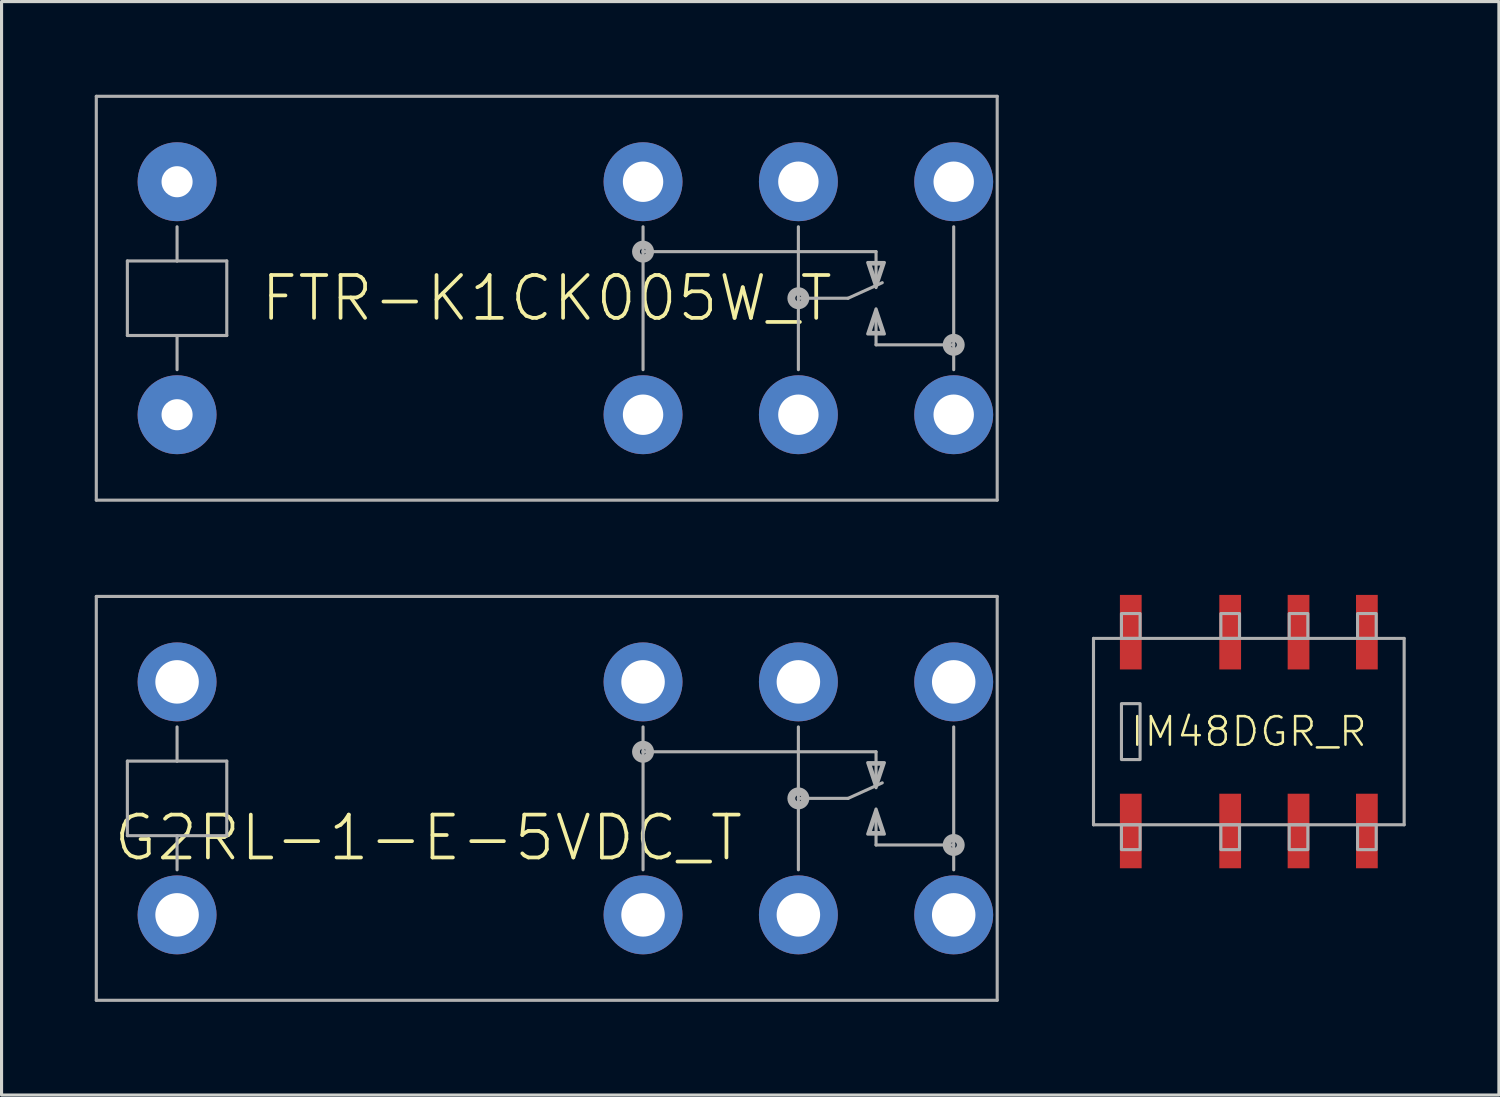
<source format=kicad_pcb>
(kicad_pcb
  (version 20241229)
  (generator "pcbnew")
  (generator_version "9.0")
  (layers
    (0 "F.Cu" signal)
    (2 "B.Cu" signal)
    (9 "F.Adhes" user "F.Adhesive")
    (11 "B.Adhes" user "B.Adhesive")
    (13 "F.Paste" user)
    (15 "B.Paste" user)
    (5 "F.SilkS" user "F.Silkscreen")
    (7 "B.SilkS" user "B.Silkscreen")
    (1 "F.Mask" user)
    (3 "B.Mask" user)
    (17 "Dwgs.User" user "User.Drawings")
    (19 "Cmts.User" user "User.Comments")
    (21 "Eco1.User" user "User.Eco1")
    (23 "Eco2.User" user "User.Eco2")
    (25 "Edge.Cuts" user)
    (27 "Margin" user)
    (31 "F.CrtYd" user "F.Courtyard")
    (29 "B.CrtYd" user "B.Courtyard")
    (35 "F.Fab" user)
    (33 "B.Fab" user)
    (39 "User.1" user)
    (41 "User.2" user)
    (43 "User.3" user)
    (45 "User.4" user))
  (footprint "G2RL-1-E-5VDC_T"
    (layer "F.Cu")
    (at 14.55 22.65)
    (property "Reference" "G2RL-1-E-5VDC_T" (at -3.81 1.27 0) (unlocked yes) (layer "F.SilkS") (effects (font (size 1.38 1.38) (thickness 0.12))))
    (fp_line (start -14.5 -6.5) (end 14.5 -6.5) (stroke (width 0.1) (type solid)) (layer "F.Fab"))
    (fp_line (start -14.5 6.5) (end -14.5 -6.5) (stroke (width 0.1) (type solid)) (layer "F.Fab"))
    (fp_line (start -13.5 -1.2) (end -13.5 1.2) (stroke (width 0.1) (type solid)) (layer "F.Fab"))
    (fp_line (start -13.5 1.2) (end -10.3 1.2) (stroke (width 0.1) (type solid)) (layer "F.Fab"))
    (fp_line (start -11.9 -2.3) (end -11.9 -1.2) (stroke (width 0.1) (type solid)) (layer "F.Fab"))
    (fp_line (start -11.9 -1.2) (end -13.5 -1.2) (stroke (width 0.1) (type solid)) (layer "F.Fab"))
    (fp_line (start -11.9 2.3) (end -11.9 1.2) (stroke (width 0.1) (type solid)) (layer "F.Fab"))
    (fp_line (start -10.3 -1.2) (end -11.9 -1.2) (stroke (width 0.1) (type solid)) (layer "F.Fab"))
    (fp_line (start -10.3 1.2) (end -10.3 -1.2) (stroke (width 0.1) (type solid)) (layer "F.Fab"))
    (fp_line (start 3.1 -2.3) (end 3.1 -1.5) (stroke (width 0.1) (type solid)) (layer "F.Fab"))
    (fp_line (start 3.1 -1.5) (end 3.1 2.3) (stroke (width 0.1) (type solid)) (layer "F.Fab"))
    (fp_line (start 3.1 -1.5) (end 10.6 -1.5) (stroke (width 0.1) (type solid)) (layer "F.Fab"))
    (fp_line (start 8.1 -2.3) (end 8.1 0) (stroke (width 0.1) (type solid)) (layer "F.Fab"))
    (fp_line (start 8.1 0) (end 8.1 2.3) (stroke (width 0.1) (type solid)) (layer "F.Fab"))
    (fp_line (start 8.1 0) (end 9.7 0) (stroke (width 0.1) (type solid)) (layer "F.Fab"))
    (fp_line (start 9.7 0) (end 10.8 -0.5) (stroke (width 0.1) (type solid)) (layer "F.Fab"))
    (fp_line (start 10.4 -1.1) (end 10.8 -1.1) (stroke (width 0.1) (type solid)) (layer "F.Fab"))
    (fp_line (start 10.4 1.1) (end 10.8 1.1) (stroke (width 0.1) (type solid)) (layer "F.Fab"))
    (fp_line (start 10.6 -1.5) (end 10.6 -0.5) (stroke (width 0.1) (type solid)) (layer "F.Fab"))
    (fp_line (start 10.6 -0.5) (end 10.4 -1.1) (stroke (width 0.1) (type solid)) (layer "F.Fab"))
    (fp_line (start 10.6 0.5) (end 10.4 1.1) (stroke (width 0.1) (type solid)) (layer "F.Fab"))
    (fp_line (start 10.6 1.5) (end 10.6 0.5) (stroke (width 0.1) (type solid)) (layer "F.Fab"))
    (fp_line (start 10.8 -1.1) (end 10.6 -0.5) (stroke (width 0.1) (type solid)) (layer "F.Fab"))
    (fp_line (start 10.8 1.1) (end 10.6 0.5) (stroke (width 0.1) (type solid)) (layer "F.Fab"))
    (fp_line (start 13.1 -2.3) (end 13.1 1.5) (stroke (width 0.1) (type solid)) (layer "F.Fab"))
    (fp_line (start 13.1 1.5) (end 10.6 1.5) (stroke (width 0.1) (type solid)) (layer "F.Fab"))
    (fp_line (start 13.1 1.5) (end 13.1 2.3) (stroke (width 0.1) (type solid)) (layer "F.Fab"))
    (fp_line (start 14.5 -6.5) (end 14.5 6.5) (stroke (width 0.1) (type solid)) (layer "F.Fab"))
    (fp_line (start 14.5 6.5) (end -14.5 6.5) (stroke (width 0.1) (type solid)) (layer "F.Fab"))
    (fp_circle (center 3.1 -1.5) (end 3.2 -1.5) (stroke (width 0.254) (type solid)) (fill no) (layer "F.Fab"))
    (fp_circle (center 8.1 0) (end 8.2 0) (stroke (width 0.254) (type solid)) (fill no) (layer "F.Fab"))
    (fp_circle (center 13.1 1.5) (end 13.2 1.5) (stroke (width 0.254) (type solid)) (fill no) (layer "F.Fab"))
    (fp_poly (pts (xy 10.6 -0.342) (xy 10.331 -1.15) (xy 10.869 -1.15)) (stroke (width 0.1) (type default)) (fill no) (layer "F.Fab"))
    (fp_poly (pts (xy 10.869 1.15) (xy 10.331 1.15) (xy 10.6 0.342)) (stroke (width 0.1) (type default)) (fill no) (layer "F.Fab"))
    (pad "1" thru_hole circle (at -11.9 -3.75) (size 2.54 2.54) (drill 1.4) (layers "*.Cu" "*.Mask"))
    (pad "2" thru_hole circle (at -11.9 3.75) (size 2.54 2.54) (drill 1.4) (layers "*.Cu" "*.Mask"))
    (pad "C1" thru_hole circle (at 8.1 -3.75) (size 2.54 2.54) (drill 1.4) (layers "*.Cu" "*.Mask"))
    (pad "C2" thru_hole circle (at 8.1 3.75) (size 2.54 2.54) (drill 1.4) (layers "*.Cu" "*.Mask"))
    (pad "NC1" thru_hole circle (at 3.1 -3.75) (size 2.54 2.54) (drill 1.4) (layers "*.Cu" "*.Mask"))
    (pad "NC2" thru_hole circle (at 3.1 3.75) (size 2.54 2.54) (drill 1.4) (layers "*.Cu" "*.Mask"))
    (pad "NO1" thru_hole circle (at 13.1 -3.75) (size 2.54 2.54) (drill 1.4) (layers "*.Cu" "*.Mask"))
    (pad "NO2" thru_hole circle (at 13.1 3.75) (size 2.54 2.54) (drill 1.4) (layers "*.Cu" "*.Mask")))
  (footprint "FTR-K1CK005W_T"
    (layer "F.Cu")
    (at 14.55 6.55)
    (property "Reference" "FTR-K1CK005W_T" (at 0 0 0) (unlocked yes) (layer "F.SilkS") (effects (font (size 1.38 1.38) (thickness 0.12))))
    (fp_line (start -14.5 -6.5) (end 14.5 -6.5) (stroke (width 0.1) (type solid)) (layer "F.Fab"))
    (fp_line (start -14.5 6.5) (end -14.5 -6.5) (stroke (width 0.1) (type solid)) (layer "F.Fab"))
    (fp_line (start -13.5 -1.2) (end -13.5 1.2) (stroke (width 0.1) (type solid)) (layer "F.Fab"))
    (fp_line (start -13.5 1.2) (end -10.3 1.2) (stroke (width 0.1) (type solid)) (layer "F.Fab"))
    (fp_line (start -11.9 -2.3) (end -11.9 -1.2) (stroke (width 0.1) (type solid)) (layer "F.Fab"))
    (fp_line (start -11.9 -1.2) (end -13.5 -1.2) (stroke (width 0.1) (type solid)) (layer "F.Fab"))
    (fp_line (start -11.9 2.3) (end -11.9 1.2) (stroke (width 0.1) (type solid)) (layer "F.Fab"))
    (fp_line (start -10.3 -1.2) (end -11.9 -1.2) (stroke (width 0.1) (type solid)) (layer "F.Fab"))
    (fp_line (start -10.3 1.2) (end -10.3 -1.2) (stroke (width 0.1) (type solid)) (layer "F.Fab"))
    (fp_line (start 3.1 -2.3) (end 3.1 -1.5) (stroke (width 0.1) (type solid)) (layer "F.Fab"))
    (fp_line (start 3.1 -1.5) (end 3.1 2.3) (stroke (width 0.1) (type solid)) (layer "F.Fab"))
    (fp_line (start 3.1 -1.5) (end 10.6 -1.5) (stroke (width 0.1) (type solid)) (layer "F.Fab"))
    (fp_line (start 8.1 -2.3) (end 8.1 0) (stroke (width 0.1) (type solid)) (layer "F.Fab"))
    (fp_line (start 8.1 0) (end 8.1 2.3) (stroke (width 0.1) (type solid)) (layer "F.Fab"))
    (fp_line (start 8.1 0) (end 9.7 0) (stroke (width 0.1) (type solid)) (layer "F.Fab"))
    (fp_line (start 9.7 0) (end 10.8 -0.5) (stroke (width 0.1) (type solid)) (layer "F.Fab"))
    (fp_line (start 10.4 -1.1) (end 10.8 -1.1) (stroke (width 0.1) (type solid)) (layer "F.Fab"))
    (fp_line (start 10.4 1.1) (end 10.8 1.1) (stroke (width 0.1) (type solid)) (layer "F.Fab"))
    (fp_line (start 10.6 -1.5) (end 10.6 -0.5) (stroke (width 0.1) (type solid)) (layer "F.Fab"))
    (fp_line (start 10.6 -0.5) (end 10.4 -1.1) (stroke (width 0.1) (type solid)) (layer "F.Fab"))
    (fp_line (start 10.6 0.5) (end 10.4 1.1) (stroke (width 0.1) (type solid)) (layer "F.Fab"))
    (fp_line (start 10.6 1.5) (end 10.6 0.5) (stroke (width 0.1) (type solid)) (layer "F.Fab"))
    (fp_line (start 10.8 -1.1) (end 10.6 -0.5) (stroke (width 0.1) (type solid)) (layer "F.Fab"))
    (fp_line (start 10.8 1.1) (end 10.6 0.5) (stroke (width 0.1) (type solid)) (layer "F.Fab"))
    (fp_line (start 13.1 -2.3) (end 13.1 1.5) (stroke (width 0.1) (type solid)) (layer "F.Fab"))
    (fp_line (start 13.1 1.5) (end 10.6 1.5) (stroke (width 0.1) (type solid)) (layer "F.Fab"))
    (fp_line (start 13.1 1.5) (end 13.1 2.3) (stroke (width 0.1) (type solid)) (layer "F.Fab"))
    (fp_line (start 14.5 -6.5) (end 14.5 6.5) (stroke (width 0.1) (type solid)) (layer "F.Fab"))
    (fp_line (start 14.5 6.5) (end -14.5 6.5) (stroke (width 0.1) (type solid)) (layer "F.Fab"))
    (fp_circle (center 3.1 -1.5) (end 3.2 -1.5) (stroke (width 0.254) (type solid)) (fill no) (layer "F.Fab"))
    (fp_circle (center 8.1 0) (end 8.2 0) (stroke (width 0.254) (type solid)) (fill no) (layer "F.Fab"))
    (fp_circle (center 13.1 1.5) (end 13.2 1.5) (stroke (width 0.254) (type solid)) (fill no) (layer "F.Fab"))
    (fp_poly (pts (xy 10.6 -0.342) (xy 10.331 -1.15) (xy 10.869 -1.15)) (stroke (width 0.1) (type default)) (fill no) (layer "F.Fab"))
    (fp_poly (pts (xy 10.869 1.15) (xy 10.331 1.15) (xy 10.6 0.342)) (stroke (width 0.1) (type default)) (fill no) (layer "F.Fab"))
    (pad "1" thru_hole circle (at -11.9 -3.75) (size 2.54 2.54) (drill 1) (layers "*.Cu" "*.Mask"))
    (pad "2" thru_hole circle (at -11.9 3.75) (size 2.54 2.54) (drill 1) (layers "*.Cu" "*.Mask"))
    (pad "C1" thru_hole circle (at 8.1 -3.75) (size 2.54 2.54) (drill 1.3) (layers "*.Cu" "*.Mask"))
    (pad "C2" thru_hole circle (at 8.1 3.75) (size 2.54 2.54) (drill 1.3) (layers "*.Cu" "*.Mask"))
    (pad "NC1" thru_hole circle (at 3.1 -3.75) (size 2.54 2.54) (drill 1.3) (layers "*.Cu" "*.Mask"))
    (pad "NC2" thru_hole circle (at 3.1 3.75) (size 2.54 2.54) (drill 1.3) (layers "*.Cu" "*.Mask"))
    (pad "NO1" thru_hole circle (at 13.1 -3.75) (size 2.54 2.54) (drill 1.3) (layers "*.Cu" "*.Mask"))
    (pad "NO2" thru_hole circle (at 13.1 3.75) (size 2.54 2.54) (drill 1.3) (layers "*.Cu" "*.Mask")))
  (footprint "IM48DGR_R"
    (layer "F.Cu")
    (at 37.15 20.5)
    (property "Reference" "IM48DGR_R" (at 0 0 0) (unlocked yes) (layer "F.SilkS") (effects (font (size 0.92 0.92) (thickness 0.08))))
    (fp_line (start -5 -3) (end -5 3) (stroke (width 0.1) (type solid)) (layer "F.Fab"))
    (fp_line (start -5 3) (end 5 3) (stroke (width 0.1) (type solid)) (layer "F.Fab"))
    (fp_line (start 5 -3) (end -5 -3) (stroke (width 0.1) (type solid)) (layer "F.Fab"))
    (fp_line (start 5 3) (end 5 -3) (stroke (width 0.1) (type solid)) (layer "F.Fab"))
    (fp_poly (pts (xy -4.1 -3) (xy -3.5 -3) (xy -3.5 -3.8) (xy -4.1 -3.8)) (stroke (width 0.1) (type default)) (fill no) (layer "F.Fab"))
    (fp_poly (pts (xy -4.1 0.9) (xy -3.5 0.9) (xy -3.5 -0.9) (xy -4.1 -0.9)) (stroke (width 0.1) (type default)) (fill no) (layer "F.Fab"))
    (fp_poly (pts (xy -4.1 3.8) (xy -3.5 3.8) (xy -3.5 3) (xy -4.1 3)) (stroke (width 0.1) (type default)) (fill no) (layer "F.Fab"))
    (fp_poly (pts (xy -0.9 -3) (xy -0.3 -3) (xy -0.3 -3.8) (xy -0.9 -3.8)) (stroke (width 0.1) (type default)) (fill no) (layer "F.Fab"))
    (fp_poly (pts (xy -0.9 3.8) (xy -0.3 3.8) (xy -0.3 3) (xy -0.9 3)) (stroke (width 0.1) (type default)) (fill no) (layer "F.Fab"))
    (fp_poly (pts (xy 1.3 -3) (xy 1.9 -3) (xy 1.9 -3.8) (xy 1.3 -3.8)) (stroke (width 0.1) (type default)) (fill no) (layer "F.Fab"))
    (fp_poly (pts (xy 1.3 3.8) (xy 1.9 3.8) (xy 1.9 3) (xy 1.3 3)) (stroke (width 0.1) (type default)) (fill no) (layer "F.Fab"))
    (fp_poly (pts (xy 3.5 -3) (xy 4.1 -3) (xy 4.1 -3.8) (xy 3.5 -3.8)) (stroke (width 0.1) (type default)) (fill no) (layer "F.Fab"))
    (fp_poly (pts (xy 3.5 3.8) (xy 4.1 3.8) (xy 4.1 3) (xy 3.5 3)) (stroke (width 0.1) (type default)) (fill no) (layer "F.Fab"))
    (pad "1" smd rect (at -3.8 3.2) (size 0.7 2.4) (layers "F.Cu" "F.Mask" "F.Paste"))
    (pad "2" smd rect (at -0.6 3.2) (size 0.7 2.4) (layers "F.Cu" "F.Mask" "F.Paste"))
    (pad "3" smd rect (at 1.6 3.2) (size 0.7 2.4) (layers "F.Cu" "F.Mask" "F.Paste"))
    (pad "4" smd rect (at 3.8 3.2) (size 0.7 2.4) (layers "F.Cu" "F.Mask" "F.Paste"))
    (pad "5" smd rect (at 3.8 -3.2) (size 0.7 2.4) (layers "F.Cu" "F.Mask" "F.Paste"))
    (pad "6" smd rect (at 1.6 -3.2) (size 0.7 2.4) (layers "F.Cu" "F.Mask" "F.Paste"))
    (pad "7" smd rect (at -0.6 -3.2) (size 0.7 2.4) (layers "F.Cu" "F.Mask" "F.Paste"))
    (pad "8" smd rect (at -3.8 -3.2) (size 0.7 2.4) (layers "F.Cu" "F.Mask" "F.Paste")))
  (gr_rect
    (start -3 -3)
    (end 45.2 32.2)
    (stroke (width 0.1) (type default))
    (fill no)
    (layer "Edge.Cuts")))
</source>
